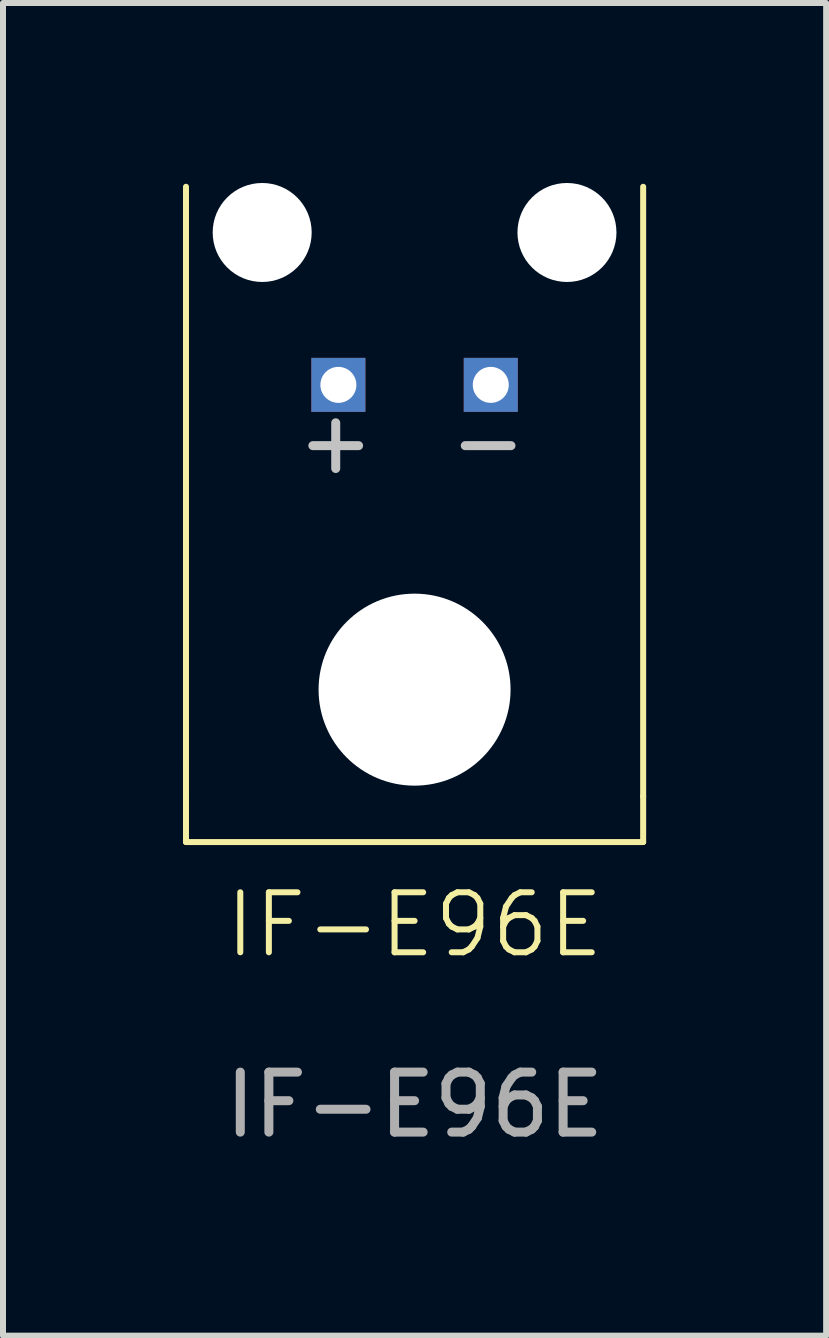
<source format=kicad_pcb>
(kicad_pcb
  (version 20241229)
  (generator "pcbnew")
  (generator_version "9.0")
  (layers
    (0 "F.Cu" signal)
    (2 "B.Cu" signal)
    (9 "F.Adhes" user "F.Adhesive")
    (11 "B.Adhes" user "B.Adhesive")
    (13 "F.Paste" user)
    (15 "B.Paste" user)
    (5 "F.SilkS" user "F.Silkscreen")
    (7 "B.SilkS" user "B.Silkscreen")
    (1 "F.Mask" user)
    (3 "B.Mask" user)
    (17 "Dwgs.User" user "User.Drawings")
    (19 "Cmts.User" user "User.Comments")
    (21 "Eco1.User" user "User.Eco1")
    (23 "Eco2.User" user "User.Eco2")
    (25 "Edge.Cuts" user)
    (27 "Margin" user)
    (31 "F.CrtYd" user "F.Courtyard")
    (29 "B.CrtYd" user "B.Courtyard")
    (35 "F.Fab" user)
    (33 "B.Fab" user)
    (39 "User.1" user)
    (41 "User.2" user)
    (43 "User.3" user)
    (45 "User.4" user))
  (footprint "IF-E96E"
    (layer "F.Cu")
    (at 3.86 3.365)
    (property "Reference" "IF-E96E" (at 0 9 0) (unlocked yes) (layer "F.SilkS") (effects (font (size 1 1) (thickness 0.1))))
    (attr through_hole)
    (fp_line (start -3.81 -3.302) (end -3.81 6.35) (stroke (width 0.1) (type default)) (layer "F.SilkS"))
    (fp_line (start -3.81 6.35) (end -3.81 6.858) (stroke (width 0.1) (type default)) (layer "F.SilkS"))
    (fp_line (start -3.81 6.858) (end -3.81 7.62) (stroke (width 0.1) (type default)) (layer "F.SilkS"))
    (fp_line (start -3.81 7.62) (end 3.81 7.62) (stroke (width 0.1) (type default)) (layer "F.SilkS"))
    (fp_line (start 3.81 -3.302) (end 3.81 6.858) (stroke (width 0.1) (type default)) (layer "F.SilkS"))
    (fp_line (start 3.81 7.62) (end 3.81 6.858) (stroke (width 0.1) (type default)) (layer "F.SilkS"))
    (fp_text user "+" (at -2.032 1.524 0) (unlocked yes) (layer "Dwgs.User") (effects (font (size 1 1) (thickness 0.15)) (justify left bottom)))
    (fp_text user "-" (at 0.508 1.524 0) (unlocked yes) (layer "Dwgs.User") (effects (font (size 1 1) (thickness 0.15)) (justify left bottom)))
    (fp_text user "${REFERENCE}" (at 0 12 0) (unlocked yes) (layer "F.Fab") (effects (font (size 1 1) (thickness 0.15))))
    (pad "" np_thru_hole circle (at -2.54 -2.54) (size 1.65 1.65) (drill 1.65) (layers "*.Cu" "*.Mask"))
    (pad "" np_thru_hole circle (at 0 5.08) (size 3.2 3.2) (drill 3.2) (layers "*.Cu" "*.Mask"))
    (pad "" np_thru_hole circle (at 2.54 -2.54) (size 1.65 1.65) (drill 1.65) (layers "*.Cu" "*.Mask"))
    (pad "1" thru_hole rect (at -1.27 0) (size 0.9 0.9) (drill 0.6) (layers "*.Cu" "*.Mask"))
    (pad "2" thru_hole rect (at 1.27 0) (size 0.9 0.9) (drill 0.6) (layers "*.Cu" "*.Mask")))
  (gr_rect
    (start -3 -3)
    (end 10.72 19.213)
    (stroke (width 0.1) (type default))
    (fill no)
    (layer "Edge.Cuts")))
</source>
